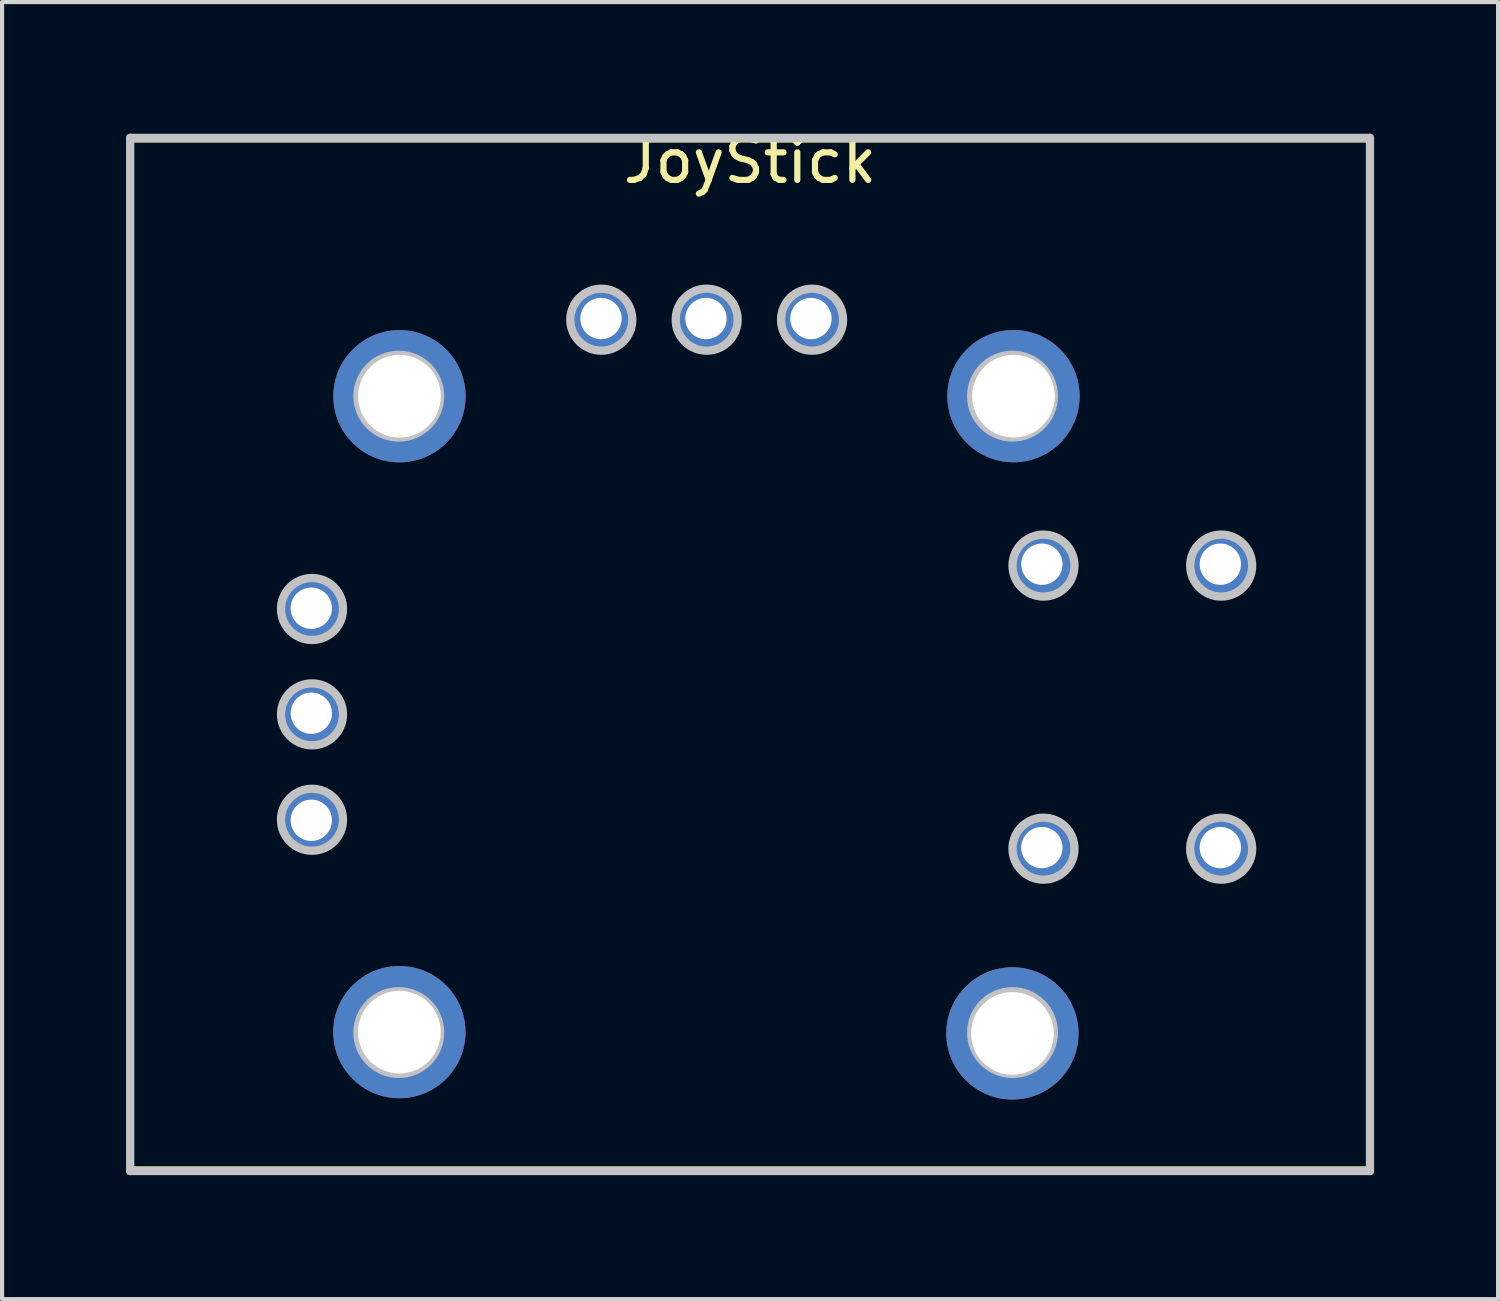
<source format=kicad_pcb>
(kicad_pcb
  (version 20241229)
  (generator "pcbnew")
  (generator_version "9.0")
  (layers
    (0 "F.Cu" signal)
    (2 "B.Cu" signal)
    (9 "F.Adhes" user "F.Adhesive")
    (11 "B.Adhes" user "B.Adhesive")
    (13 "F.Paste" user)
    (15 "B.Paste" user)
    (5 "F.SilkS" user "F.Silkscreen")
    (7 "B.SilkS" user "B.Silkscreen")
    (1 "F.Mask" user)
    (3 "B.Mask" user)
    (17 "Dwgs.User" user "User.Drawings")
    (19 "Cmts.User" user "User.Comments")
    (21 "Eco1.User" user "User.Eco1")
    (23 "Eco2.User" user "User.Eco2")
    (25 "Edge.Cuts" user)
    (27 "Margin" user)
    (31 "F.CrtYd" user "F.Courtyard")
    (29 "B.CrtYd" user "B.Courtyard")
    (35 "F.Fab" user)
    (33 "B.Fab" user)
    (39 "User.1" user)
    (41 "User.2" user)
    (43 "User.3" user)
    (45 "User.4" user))
  (footprint "JoyStick"
    (layer "F.Cu")
    (at 14.07 14.11)
    (property "Reference" "JoyStick" (at 1.03 -13.262 0) (unlocked yes) (layer "F.SilkS") (effects (font (size 1 1) (thickness 0.15))))
    (attr through_hole)
    (fp_rect (start -13.956 -13.77) (end 16.016 11.122) (stroke (width 0.12) (type solid)) (fill no) (layer "F.SilkS"))
    (fp_line (start -13.97 -13.824) (end -13.97 11.176) (stroke (width 0.2) (type solid)) (layer "Dwgs.User"))
    (fp_line (start -13.97 11.176) (end 16.03 11.176) (stroke (width 0.2) (type solid)) (layer "Dwgs.User"))
    (fp_line (start 16.03 -13.824) (end -13.97 -13.824) (stroke (width 0.2) (type solid)) (layer "Dwgs.User"))
    (fp_line (start 16.03 11.176) (end 16.03 -13.824) (stroke (width 0.2) (type solid)) (layer "Dwgs.User"))
    (fp_circle (center -9.57 -2.424) (end -8.82 -2.424) (stroke (width 0.2) (type solid)) (fill no) (layer "Dwgs.User"))
    (fp_circle (center -9.57 0.126) (end -8.82 0.126) (stroke (width 0.2) (type solid)) (fill no) (layer "Dwgs.User"))
    (fp_circle (center -9.57 2.676) (end -8.82 2.676) (stroke (width 0.2) (type solid)) (fill no) (layer "Dwgs.User"))
    (fp_circle (center -7.47 -7.574) (end -6.47 -7.574) (stroke (width 0.2) (type solid)) (fill no) (layer "Dwgs.User"))
    (fp_circle (center -7.47 7.826) (end -6.47 7.826) (stroke (width 0.2) (type solid)) (fill no) (layer "Dwgs.User"))
    (fp_circle (center -2.57 -9.424) (end -1.82 -9.424) (stroke (width 0.2) (type solid)) (fill no) (layer "Dwgs.User"))
    (fp_circle (center -0.02 -9.424) (end 0.73 -9.424) (stroke (width 0.2) (type solid)) (fill no) (layer "Dwgs.User"))
    (fp_circle (center 2.53 -9.424) (end 3.28 -9.424) (stroke (width 0.2) (type solid)) (fill no) (layer "Dwgs.User"))
    (fp_circle (center 7.38 -7.574) (end 8.38 -7.574) (stroke (width 0.2) (type solid)) (fill no) (layer "Dwgs.User"))
    (fp_circle (center 7.38 7.826) (end 8.38 7.826) (stroke (width 0.2) (type solid)) (fill no) (layer "Dwgs.User"))
    (fp_circle (center 8.13 -3.474) (end 8.88 -3.474) (stroke (width 0.2) (type solid)) (fill no) (layer "Dwgs.User"))
    (fp_circle (center 8.13 3.376) (end 8.88 3.376) (stroke (width 0.2) (type solid)) (fill no) (layer "Dwgs.User"))
    (fp_circle (center 12.43 -3.474) (end 13.18 -3.474) (stroke (width 0.2) (type solid)) (fill no) (layer "Dwgs.User"))
    (fp_circle (center 12.43 3.376) (end 13.18 3.376) (stroke (width 0.2) (type solid)) (fill no) (layer "Dwgs.User"))
    (pad "1" thru_hole circle (at 2.503 -9.452) (size 1.524 1.524) (drill 1) (layers "*.Cu" "*.Mask"))
    (pad "2" thru_hole circle (at -0.037 -9.452) (size 1.524 1.524) (drill 1) (layers "*.Cu" "*.Mask"))
    (pad "3" thru_hole circle (at -2.577 -9.452) (size 1.524 1.524) (drill 1) (layers "*.Cu" "*.Mask"))
    (pad "4" thru_hole circle (at -9.587 -2.442) (size 1.524 1.524) (drill 1) (layers "*.Cu" "*.Mask"))
    (pad "5" thru_hole circle (at -9.587 0.098) (size 1.524 1.524) (drill 1) (layers "*.Cu" "*.Mask"))
    (pad "6" thru_hole circle (at -9.587 2.689) (size 1.524 1.524) (drill 1) (layers "*.Cu" "*.Mask"))
    (pad "7" thru_hole circle (at 8.091 -3.508) (size 1.524 1.524) (drill 1) (layers "*.Cu" "*.Mask"))
    (pad "7" thru_hole circle (at 8.091 3.35) (size 1.524 1.524) (drill 1) (layers "*.Cu" "*.Mask"))
    (pad "8" thru_hole circle (at 12.409 -3.508) (size 1.524 1.524) (drill 1) (layers "*.Cu" "*.Mask"))
    (pad "8" thru_hole circle (at 12.409 3.35) (size 1.524 1.524) (drill 1) (layers "*.Cu" "*.Mask"))
    (pad "9" thru_hole circle (at -7.456 7.815) (size 3.2 3.2) (drill 2) (layers "*.Cu" "*.Mask"))
    (pad "9" thru_hole circle (at -7.454 -7.572) (size 3.2 3.2) (drill 2) (layers "*.Cu" "*.Mask"))
    (pad "9" thru_hole circle (at 7.378 7.846) (size 3.2 3.2) (drill 2) (layers "*.Cu" "*.Mask"))
    (pad "9" thru_hole circle (at 7.404 -7.574) (size 3.2 3.2) (drill 2) (layers "*.Cu" "*.Mask")))
  (gr_rect
    (start -3 -3)
    (end 33.2 28.386)
    (stroke (width 0.1) (type default))
    (fill no)
    (layer "Edge.Cuts")))
</source>
